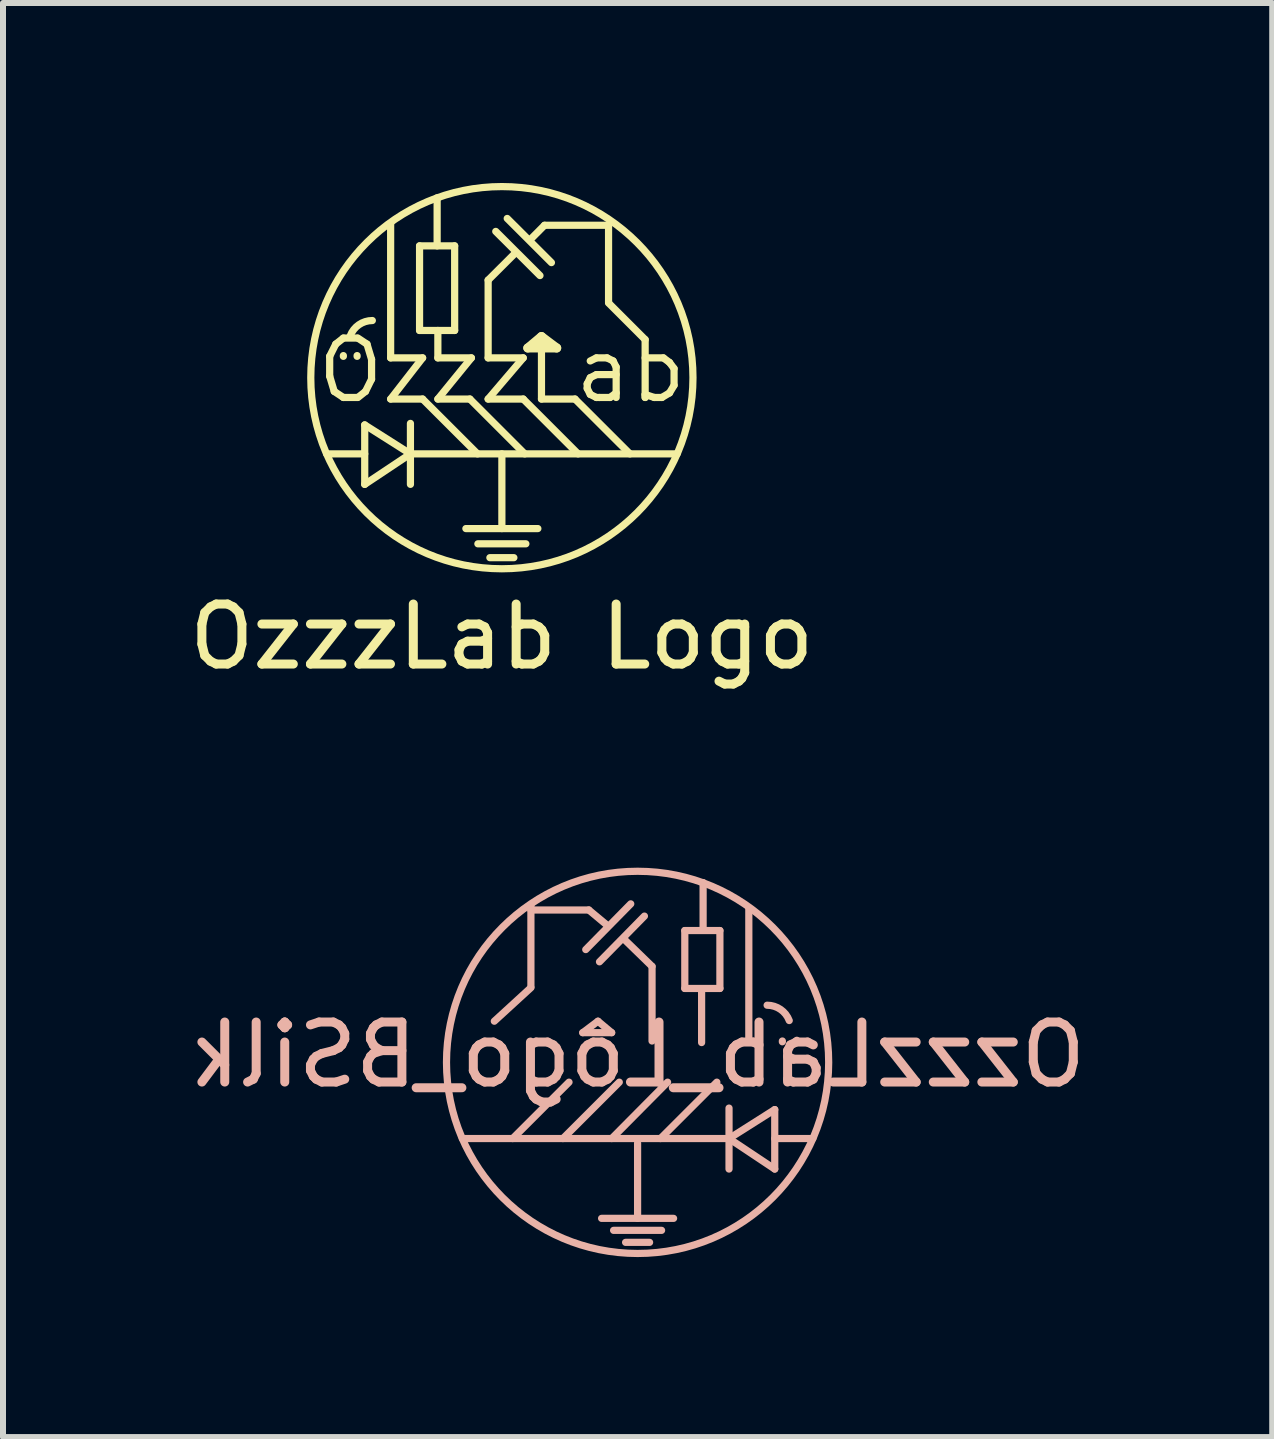
<source format=kicad_pcb>
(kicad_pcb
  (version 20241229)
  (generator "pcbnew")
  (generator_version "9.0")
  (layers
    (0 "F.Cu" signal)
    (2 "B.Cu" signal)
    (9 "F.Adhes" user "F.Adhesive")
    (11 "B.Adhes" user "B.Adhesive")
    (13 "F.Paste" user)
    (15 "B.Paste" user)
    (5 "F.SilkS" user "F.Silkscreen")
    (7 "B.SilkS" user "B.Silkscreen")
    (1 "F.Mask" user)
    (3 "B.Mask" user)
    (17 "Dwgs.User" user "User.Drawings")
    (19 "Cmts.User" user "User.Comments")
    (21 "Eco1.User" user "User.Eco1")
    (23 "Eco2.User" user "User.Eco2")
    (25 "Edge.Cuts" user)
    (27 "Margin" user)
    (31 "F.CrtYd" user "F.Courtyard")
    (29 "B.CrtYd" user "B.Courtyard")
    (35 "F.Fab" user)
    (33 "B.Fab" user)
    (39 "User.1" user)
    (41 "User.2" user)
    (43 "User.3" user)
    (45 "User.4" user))
  (footprint "OzzzLab Logo"
    (layer "F.Cu")
    (at 5.315 3.245)
    (property "Reference" "OzzzLab Logo" (at 0 4.318 0) (layer "F.SilkS") (effects (font (size 1 1) (thickness 0.15))))
    (attr through_hole)
    (fp_line (start -2.87 -0.356) (end -2.769 -0.559) (stroke (width 0.12) (type solid)) (layer "F.SilkS"))
    (fp_line (start -2.87 -0.025) (end -2.87 -0.356) (stroke (width 0.12) (type solid)) (layer "F.SilkS"))
    (fp_line (start -2.794 0.229) (end -2.87 -0.025) (stroke (width 0.12) (type solid)) (layer "F.SilkS"))
    (fp_line (start -2.769 -0.559) (end -2.642 -0.66) (stroke (width 0.12) (type solid)) (layer "F.SilkS"))
    (fp_line (start -2.642 -0.66) (end -2.413 -0.66) (stroke (width 0.12) (type solid)) (layer "F.SilkS"))
    (fp_line (start -2.642 -0.356) (end -2.642 -0.368) (stroke (width 0.12) (type solid)) (layer "F.SilkS"))
    (fp_line (start -2.642 0.33) (end -2.794 0.229) (stroke (width 0.12) (type solid)) (layer "F.SilkS"))
    (fp_line (start -2.413 -0.356) (end -2.413 -0.368) (stroke (width 0.12) (type solid)) (layer "F.SilkS"))
    (fp_line (start -2.413 0.33) (end -2.642 0.33) (stroke (width 0.12) (type solid)) (layer "F.SilkS"))
    (fp_line (start -2.4 -0.66) (end -2.248 -0.559) (stroke (width 0.12) (type solid)) (layer "F.SilkS"))
    (fp_line (start -2.286 0.787) (end -1.524 1.27) (stroke (width 0.12) (type solid)) (layer "F.SilkS"))
    (fp_line (start -2.286 1.27) (end -2.921 1.27) (stroke (width 0.12) (type solid)) (layer "F.SilkS"))
    (fp_line (start -2.286 1.778) (end -2.286 0.787) (stroke (width 0.12) (type solid)) (layer "F.SilkS"))
    (fp_line (start -2.273 0.229) (end -2.4 0.33) (stroke (width 0.12) (type solid)) (layer "F.SilkS"))
    (fp_line (start -2.248 -0.559) (end -2.172 -0.305) (stroke (width 0.12) (type solid)) (layer "F.SilkS"))
    (fp_line (start -2.172 -0.305) (end -2.172 0.025) (stroke (width 0.12) (type solid)) (layer "F.SilkS"))
    (fp_line (start -2.172 0.025) (end -2.273 0.229) (stroke (width 0.12) (type solid)) (layer "F.SilkS"))
    (fp_line (start -1.854 -0.33) (end -1.854 -2.565) (stroke (width 0.12) (type solid)) (layer "F.SilkS"))
    (fp_line (start -1.854 -0.33) (end -1.321 -0.33) (stroke (width 0.12) (type solid)) (layer "F.SilkS"))
    (fp_line (start -1.854 0.356) (end -1.321 0.356) (stroke (width 0.12) (type solid)) (layer "F.SilkS"))
    (fp_line (start -1.524 0.762) (end -1.524 1.778) (stroke (width 0.12) (type solid)) (layer "F.SilkS"))
    (fp_line (start -1.524 1.27) (end -2.286 1.778) (stroke (width 0.12) (type solid)) (layer "F.SilkS"))
    (fp_line (start -1.524 1.27) (end 2.921 1.27) (stroke (width 0.12) (type solid)) (layer "F.SilkS"))
    (fp_line (start -1.372 -2.197) (end -1.372 -0.787) (stroke (width 0.12) (type solid)) (layer "F.SilkS"))
    (fp_line (start -1.372 -0.787) (end -0.787 -0.787) (stroke (width 0.12) (type solid)) (layer "F.SilkS"))
    (fp_line (start -1.321 -0.33) (end -1.854 0.356) (stroke (width 0.12) (type solid)) (layer "F.SilkS"))
    (fp_line (start -1.321 0.356) (end -0.406 1.27) (stroke (width 0.12) (type solid)) (layer "F.SilkS"))
    (fp_line (start -1.079 -2.197) (end -1.079 -2.997) (stroke (width 0.12) (type solid)) (layer "F.SilkS"))
    (fp_line (start -1.067 -0.33) (end -1.067 -0.787) (stroke (width 0.12) (type solid)) (layer "F.SilkS"))
    (fp_line (start -1.067 -0.33) (end -0.508 -0.33) (stroke (width 0.12) (type solid)) (layer "F.SilkS"))
    (fp_line (start -1.067 0.356) (end -0.533 0.356) (stroke (width 0.12) (type solid)) (layer "F.SilkS"))
    (fp_line (start -0.787 -2.197) (end -1.372 -2.197) (stroke (width 0.12) (type solid)) (layer "F.SilkS"))
    (fp_line (start -0.787 -0.787) (end -0.787 -2.197) (stroke (width 0.12) (type solid)) (layer "F.SilkS"))
    (fp_line (start -0.6 2.515) (end 0.6 2.515) (stroke (width 0.12) (type solid)) (layer "F.SilkS"))
    (fp_line (start -0.533 0.356) (end 0.381 1.27) (stroke (width 0.12) (type solid)) (layer "F.SilkS"))
    (fp_line (start -0.508 -0.33) (end -1.067 0.356) (stroke (width 0.12) (type solid)) (layer "F.SilkS"))
    (fp_line (start -0.4 2.769) (end 0.4 2.769) (stroke (width 0.12) (type solid)) (layer "F.SilkS"))
    (fp_line (start -0.229 -1.626) (end 0.229 -2.083) (stroke (width 0.12) (type solid)) (layer "F.SilkS"))
    (fp_line (start -0.229 -0.33) (end -0.229 -1.626) (stroke (width 0.12) (type solid)) (layer "F.SilkS"))
    (fp_line (start -0.229 -0.33) (end 0.356 -0.33) (stroke (width 0.12) (type solid)) (layer "F.SilkS"))
    (fp_line (start -0.229 0.356) (end 0.356 0.356) (stroke (width 0.12) (type solid)) (layer "F.SilkS"))
    (fp_line (start -0.2 3) (end 0.2 3) (stroke (width 0.12) (type solid)) (layer "F.SilkS"))
    (fp_line (start -0.102 -2.438) (end 0.635 -1.702) (stroke (width 0.12) (type solid)) (layer "F.SilkS"))
    (fp_line (start 0 1.27) (end 0 2.515) (stroke (width 0.12) (type solid)) (layer "F.SilkS"))
    (fp_line (start 0.089 -2.654) (end 0.826 -1.918) (stroke (width 0.12) (type solid)) (layer "F.SilkS"))
    (fp_line (start 0.356 -0.33) (end -0.229 0.356) (stroke (width 0.12) (type solid)) (layer "F.SilkS"))
    (fp_line (start 0.356 0.356) (end 1.27 1.27) (stroke (width 0.12) (type solid)) (layer "F.SilkS"))
    (fp_line (start 0.432 -0.495) (end 0.66 -0.686) (stroke (width 0.15) (type solid)) (layer "F.SilkS"))
    (fp_line (start 0.483 -2.311) (end 0.711 -2.54) (stroke (width 0.12) (type solid)) (layer "F.SilkS"))
    (fp_line (start 0.66 -0.686) (end 0.914 -0.495) (stroke (width 0.15) (type solid)) (layer "F.SilkS"))
    (fp_line (start 0.66 -0.61) (end 0.66 0.356) (stroke (width 0.12) (type solid)) (layer "F.SilkS"))
    (fp_line (start 0.66 0.356) (end 1.219 0.356) (stroke (width 0.12) (type solid)) (layer "F.SilkS"))
    (fp_line (start 0.711 -2.54) (end 1.778 -2.54) (stroke (width 0.12) (type solid)) (layer "F.SilkS"))
    (fp_line (start 0.914 -0.495) (end 0.432 -0.495) (stroke (width 0.15) (type solid)) (layer "F.SilkS"))
    (fp_line (start 1.219 0.356) (end 2.134 1.27) (stroke (width 0.12) (type solid)) (layer "F.SilkS"))
    (fp_line (start 1.422 0.102) (end 1.473 0) (stroke (width 0.12) (type solid)) (layer "F.SilkS"))
    (fp_line (start 1.422 0.178) (end 1.422 0.102) (stroke (width 0.12) (type solid)) (layer "F.SilkS"))
    (fp_line (start 1.473 -0.279) (end 1.575 -0.33) (stroke (width 0.12) (type solid)) (layer "F.SilkS"))
    (fp_line (start 1.473 0) (end 1.575 -0.051) (stroke (width 0.12) (type solid)) (layer "F.SilkS"))
    (fp_line (start 1.473 0.279) (end 1.422 0.178) (stroke (width 0.12) (type solid)) (layer "F.SilkS"))
    (fp_line (start 1.575 -0.33) (end 1.753 -0.33) (stroke (width 0.12) (type solid)) (layer "F.SilkS"))
    (fp_line (start 1.575 -0.051) (end 1.905 -0.051) (stroke (width 0.12) (type solid)) (layer "F.SilkS"))
    (fp_line (start 1.575 0.33) (end 1.473 0.279) (stroke (width 0.12) (type solid)) (layer "F.SilkS"))
    (fp_line (start 1.626 0.33) (end 1.575 0.33) (stroke (width 0.12) (type solid)) (layer "F.SilkS"))
    (fp_line (start 1.753 -0.33) (end 1.854 -0.279) (stroke (width 0.12) (type solid)) (layer "F.SilkS"))
    (fp_line (start 1.778 -1.257) (end 1.778 -2.54) (stroke (width 0.12) (type solid)) (layer "F.SilkS"))
    (fp_line (start 1.803 0.33) (end 1.626 0.33) (stroke (width 0.12) (type solid)) (layer "F.SilkS"))
    (fp_line (start 1.854 -0.279) (end 1.905 -0.178) (stroke (width 0.12) (type solid)) (layer "F.SilkS"))
    (fp_line (start 1.905 -0.178) (end 1.905 0.33) (stroke (width 0.12) (type solid)) (layer "F.SilkS"))
    (fp_line (start 1.905 0.254) (end 1.803 0.33) (stroke (width 0.12) (type solid)) (layer "F.SilkS"))
    (fp_line (start 2.388 -0.635) (end 1.778 -1.245) (stroke (width 0.12) (type solid)) (layer "F.SilkS"))
    (fp_line (start 2.388 -0.635) (end 2.388 0.33) (stroke (width 0.12) (type solid)) (layer "F.SilkS"))
    (fp_line (start 2.388 0.279) (end 2.54 0.33) (stroke (width 0.12) (type solid)) (layer "F.SilkS"))
    (fp_line (start 2.388 0.33) (end 2.388 0.279) (stroke (width 0.12) (type solid)) (layer "F.SilkS"))
    (fp_line (start 2.54 0.33) (end 2.667 0.33) (stroke (width 0.12) (type solid)) (layer "F.SilkS"))
    (fp_line (start 2.667 0.33) (end 2.794 0.254) (stroke (width 0.12) (type solid)) (layer "F.SilkS"))
    (fp_line (start 2.692 -0.33) (end 2.388 -0.33) (stroke (width 0.12) (type solid)) (layer "F.SilkS"))
    (fp_line (start 2.794 -0.254) (end 2.692 -0.33) (stroke (width 0.12) (type solid)) (layer "F.SilkS"))
    (fp_line (start 2.794 0.254) (end 2.87 0.127) (stroke (width 0.12) (type solid)) (layer "F.SilkS"))
    (fp_line (start 2.87 -0.152) (end 2.794 -0.254) (stroke (width 0.12) (type solid)) (layer "F.SilkS"))
    (fp_line (start 2.87 0.127) (end 2.87 -0.152) (stroke (width 0.12) (type solid)) (layer "F.SilkS"))
    (fp_arc (start -2.527633 -0.697037) (mid -2.38325 -0.882392) (end -2.159 -0.9525) (stroke (width 0.12) (type solid)) (layer "F.SilkS"))
    (fp_circle (center 0 0) (end 3.175 -0.254) (stroke (width 0.12) (type solid)) (fill no) (layer "F.SilkS")))
  (footprint "OzzzLab_Logo_BSilk"
    (layer "F.Cu")
    (at 7.577 14.657)
    (property "Reference" "OzzzLab_Logo_BSilk" (at 0 -0.127 0) (layer "B.SilkS") (effects (font (size 1 1) (thickness 0.15)) (justify mirror)))
    (attr through_hole)
    (fp_line (start -2.388 -0.686) (end -1.778 -1.245) (stroke (width 0.12) (type solid)) (layer "B.SilkS"))
    (fp_line (start -1.778 -1.257) (end -1.778 -2.616) (stroke (width 0.12) (type solid)) (layer "B.SilkS"))
    (fp_line (start -1.143 0.33) (end -2.083 1.27) (stroke (width 0.12) (type solid)) (layer "B.SilkS"))
    (fp_line (start -0.914 -0.495) (end -0.432 -0.495) (stroke (width 0.12) (type solid)) (layer "B.SilkS"))
    (fp_line (start -0.813 -2.54) (end -1.778 -2.54) (stroke (width 0.12) (type solid)) (layer "B.SilkS"))
    (fp_line (start -0.813 -2.54) (end -0.508 -2.286) (stroke (width 0.12) (type solid)) (layer "B.SilkS"))
    (fp_line (start -0.66 -0.686) (end -0.914 -0.495) (stroke (width 0.12) (type solid)) (layer "B.SilkS"))
    (fp_line (start -0.432 -0.495) (end -0.66 -0.686) (stroke (width 0.12) (type solid)) (layer "B.SilkS"))
    (fp_line (start -0.305 0.33) (end -1.245 1.27) (stroke (width 0.12) (type solid)) (layer "B.SilkS"))
    (fp_line (start -0.114 -2.642) (end -0.864 -1.88) (stroke (width 0.12) (type solid)) (layer "B.SilkS"))
    (fp_line (start 0 1.346) (end 0 2.6) (stroke (width 0.12) (type solid)) (layer "B.SilkS"))
    (fp_line (start 0.114 -2.438) (end -0.635 -1.676) (stroke (width 0.12) (type solid)) (layer "B.SilkS"))
    (fp_line (start 0.2 3) (end -0.2 3) (stroke (width 0.12) (type solid)) (layer "B.SilkS"))
    (fp_line (start 0.241 -1.6) (end -0.229 -2.057) (stroke (width 0.12) (type solid)) (layer "B.SilkS"))
    (fp_line (start 0.241 -0.356) (end 0.241 -1.6) (stroke (width 0.12) (type solid)) (layer "B.SilkS"))
    (fp_line (start 0.4 2.8) (end -0.4 2.8) (stroke (width 0.12) (type solid)) (layer "B.SilkS"))
    (fp_line (start 0.5 0.33) (end -0.432 1.27) (stroke (width 0.12) (type solid)) (layer "B.SilkS"))
    (fp_line (start 0.6 2.6) (end -0.6 2.6) (stroke (width 0.12) (type solid)) (layer "B.SilkS"))
    (fp_line (start 0.787 -2.197) (end 1.372 -2.197) (stroke (width 0.12) (type solid)) (layer "B.SilkS"))
    (fp_line (start 0.787 -1.232) (end 0.787 -2.197) (stroke (width 0.12) (type solid)) (layer "B.SilkS"))
    (fp_line (start 1.067 -0.33) (end 1.067 -1.219) (stroke (width 0.12) (type solid)) (layer "B.SilkS"))
    (fp_line (start 1.092 -2.21) (end 1.092 -2.997) (stroke (width 0.12) (type solid)) (layer "B.SilkS"))
    (fp_line (start 1.321 0.33) (end 0.381 1.27) (stroke (width 0.12) (type solid)) (layer "B.SilkS"))
    (fp_line (start 1.372 -2.197) (end 1.372 -1.232) (stroke (width 0.12) (type solid)) (layer "B.SilkS"))
    (fp_line (start 1.372 -1.232) (end 0.787 -1.232) (stroke (width 0.12) (type solid)) (layer "B.SilkS"))
    (fp_line (start 1.524 0.762) (end 1.524 1.778) (stroke (width 0.12) (type solid)) (layer "B.SilkS"))
    (fp_line (start 1.524 1.27) (end -2.921 1.27) (stroke (width 0.12) (type solid)) (layer "B.SilkS"))
    (fp_line (start 1.524 1.27) (end 2.286 1.778) (stroke (width 0.12) (type solid)) (layer "B.SilkS"))
    (fp_line (start 1.854 -0.343) (end 1.854 -2.565) (stroke (width 0.12) (type solid)) (layer "B.SilkS"))
    (fp_line (start 2.286 0.787) (end 1.524 1.27) (stroke (width 0.12) (type solid)) (layer "B.SilkS"))
    (fp_line (start 2.286 1.27) (end 2.921 1.27) (stroke (width 0.12) (type solid)) (layer "B.SilkS"))
    (fp_line (start 2.286 1.778) (end 2.286 0.787) (stroke (width 0.12) (type solid)) (layer "B.SilkS"))
    (fp_line (start 2.413 -0.343) (end 2.413 -0.356) (stroke (width 0.12) (type solid)) (layer "B.SilkS"))
    (fp_line (start 2.654 -0.356) (end 2.654 -0.368) (stroke (width 0.12) (type solid)) (layer "B.SilkS"))
    (fp_arc (start 2.159 -0.9525) (mid 2.38325 -0.882392) (end 2.527633 -0.697037) (stroke (width 0.12) (type solid)) (layer "B.SilkS"))
    (fp_circle (center 0 0) (end -3.175 -0.254) (stroke (width 0.12) (type solid)) (fill no) (layer "B.SilkS")))
  (gr_rect
    (start -3 -3)
    (end 18.155 20.902)
    (stroke (width 0.1) (type default))
    (fill no)
    (layer "Edge.Cuts")))
</source>
